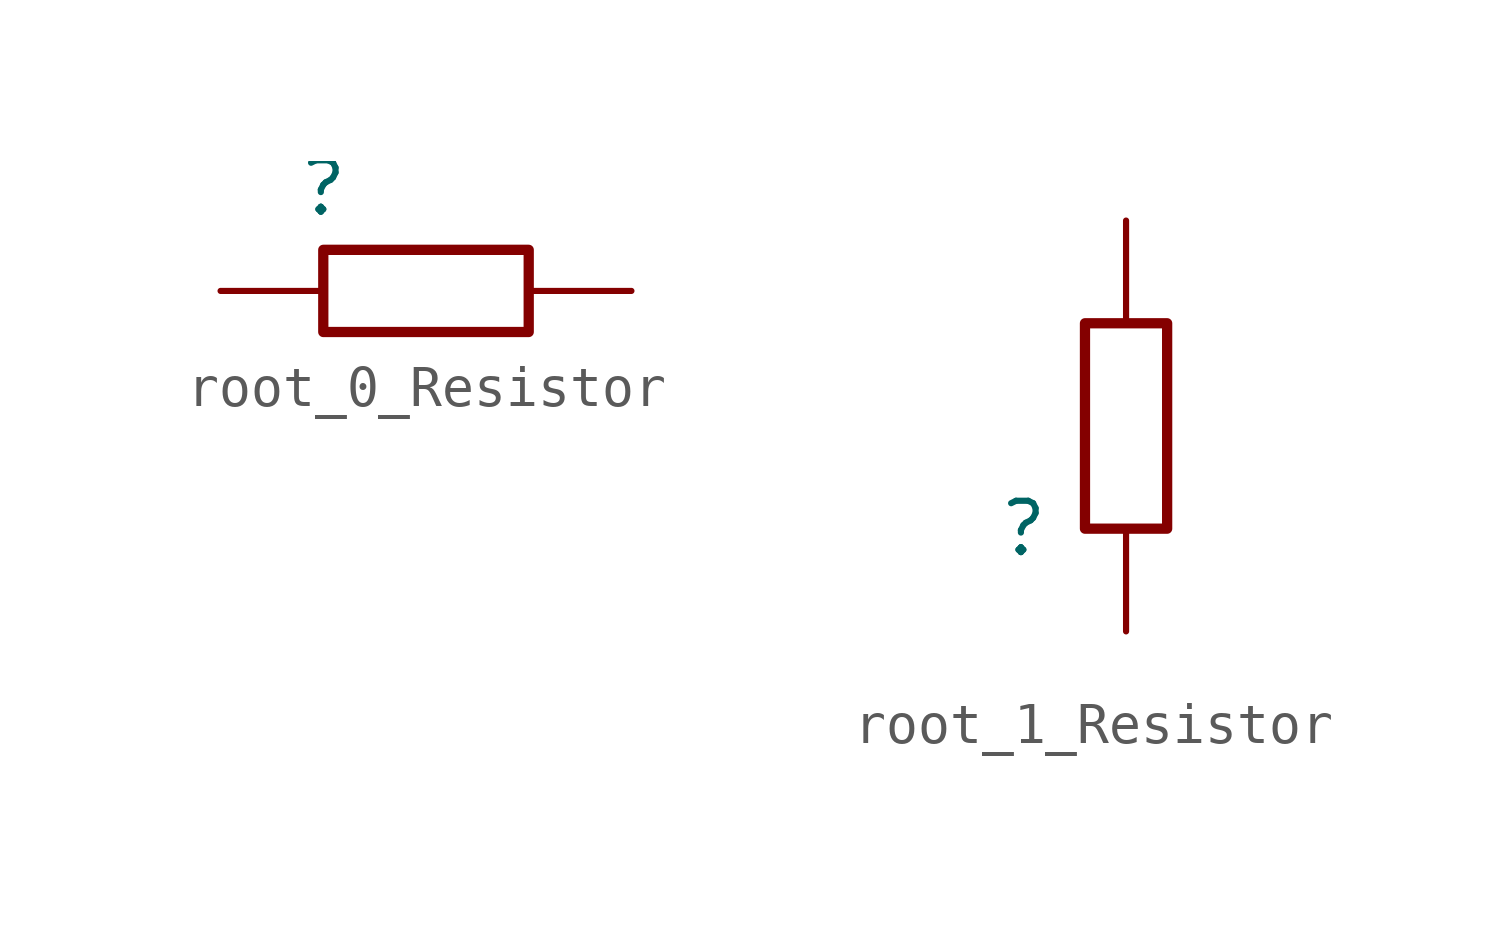
<source format=kicad_sym>
(kicad_symbol_lib
  (version 20220914)
  (generator kicad_symbol_editor)
  (symbol "root_0_Resistor"
    (property "Reference" ""
      (at 0 0 0)
      (effects (font (size 1.27 1.27))))
    (property "Value" ""
      (at 0 0 0)
      (effects (font (size 1.27 1.27))))
    (symbol "root_0_Resistor_1_0"
      (rectangle (start 5.08 -1.524) (end 0 -3.556) (stroke (width 0.254) (type solid)) (fill (type none)))
      (pin passive line (at -2.54 -2.54 0) (length 2.54) (name "1" (effects (font (size 0 0)))) (number "1" (effects (font (size 0 0)))))
      (pin passive line (at 7.62 -2.54 180) (length 2.54) (name "2" (effects (font (size 0 0)))) (number "2" (effects (font (size 0 0)))))))
  (symbol "root_1_Resistor"
    (property "Reference" ""
      (at 0 0 0)
      (effects (font (size 1.27 1.27))))
    (property "Value" ""
      (at 0 0 0)
      (effects (font (size 1.27 1.27))))
    (symbol "root_1_Resistor_1_0"
      (rectangle (start 3.556 5.08) (end 1.524 0) (stroke (width 0.254) (type solid)) (fill (type none)))
      (pin passive line (at 2.54 -2.54 90) (length 2.54) (name "1" (effects (font (size 0 0)))) (number "1" (effects (font (size 0 0)))))
      (pin passive line (at 2.54 7.62 270) (length 2.54) (name "2" (effects (font (size 0 0)))) (number "2" (effects (font (size 0 0))))))))
</source>
